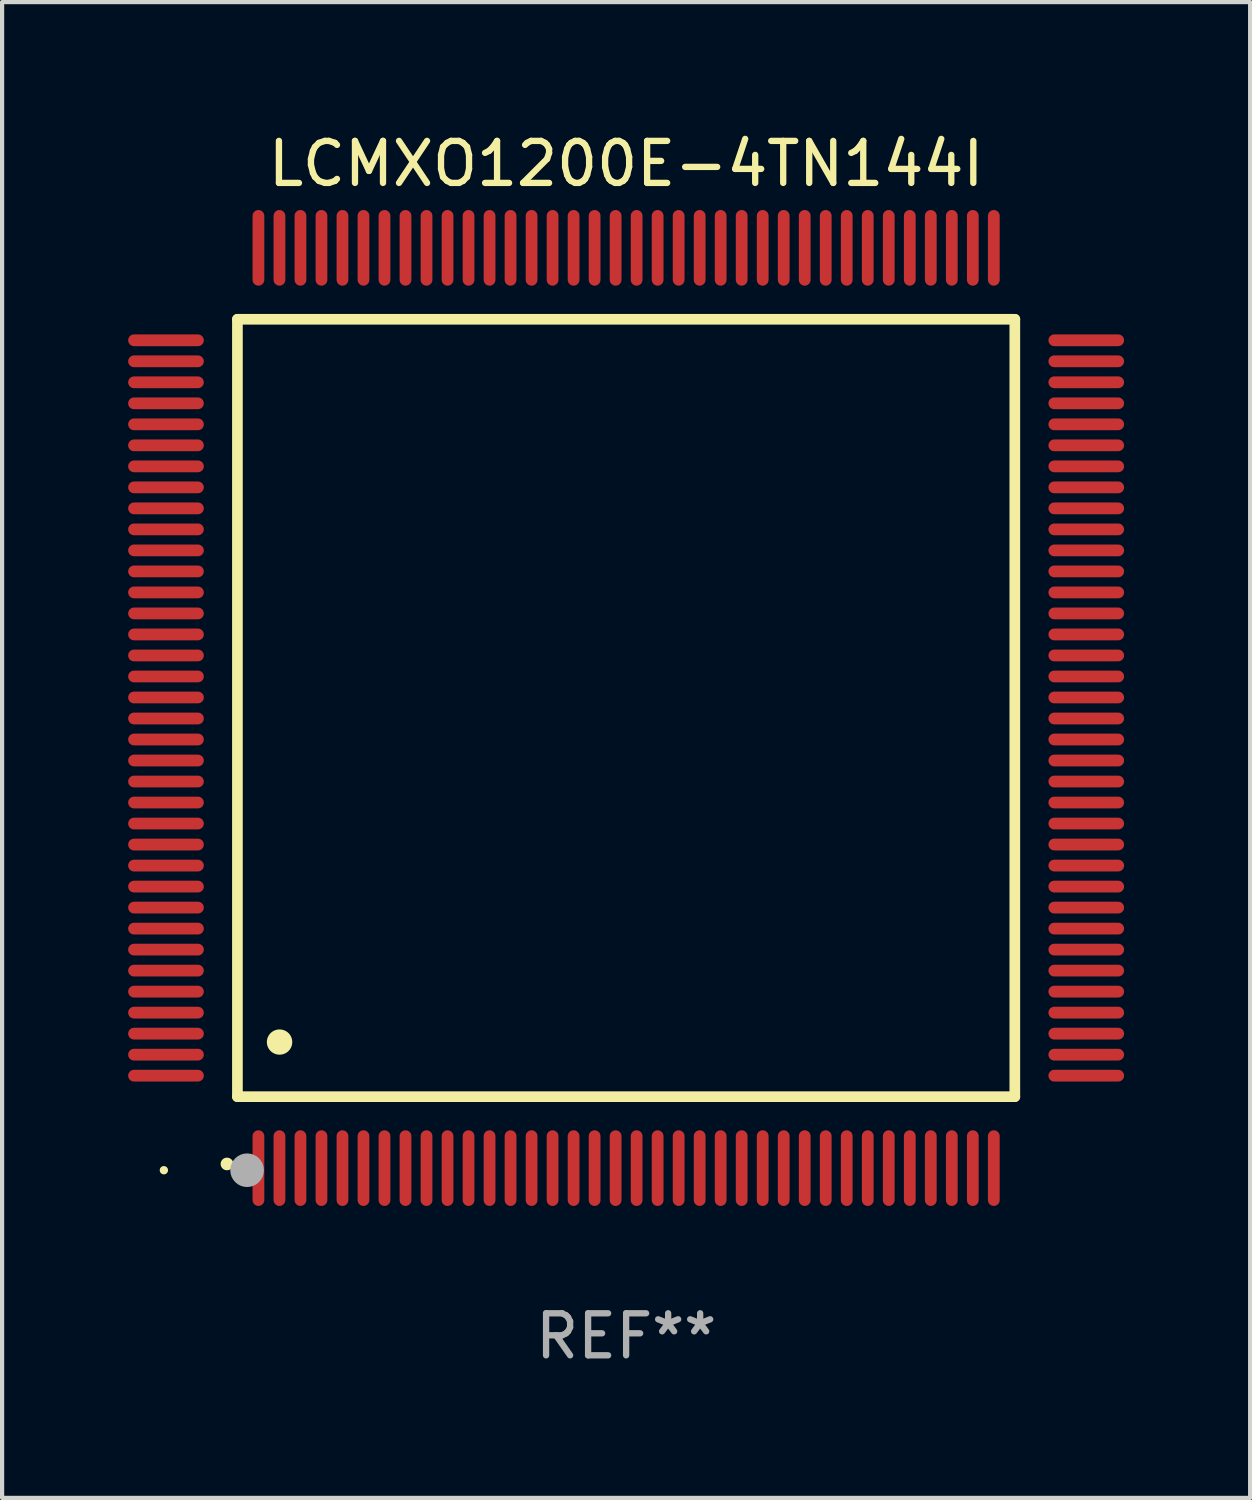
<source format=kicad_pcb>
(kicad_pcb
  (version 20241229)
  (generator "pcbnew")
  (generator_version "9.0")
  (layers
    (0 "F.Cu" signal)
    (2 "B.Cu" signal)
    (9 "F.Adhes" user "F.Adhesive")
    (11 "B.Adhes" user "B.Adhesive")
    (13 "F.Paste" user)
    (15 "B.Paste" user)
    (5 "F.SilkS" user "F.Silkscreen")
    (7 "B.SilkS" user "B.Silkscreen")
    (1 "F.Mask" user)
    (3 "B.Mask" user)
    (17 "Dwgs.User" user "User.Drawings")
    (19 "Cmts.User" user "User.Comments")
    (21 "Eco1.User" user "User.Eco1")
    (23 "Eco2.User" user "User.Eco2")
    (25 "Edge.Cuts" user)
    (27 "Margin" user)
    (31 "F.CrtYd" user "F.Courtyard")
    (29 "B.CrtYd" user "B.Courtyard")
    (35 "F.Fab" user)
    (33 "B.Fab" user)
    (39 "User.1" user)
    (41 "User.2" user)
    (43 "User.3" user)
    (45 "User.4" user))
  (footprint "LCMXO1200E-4TN144I"
    (layer "F.Cu")
    (at 11.85 13.798)
    (property "Reference" "LCMXO1200E-4TN144I" (at 0 -12.95 0) (layer "F.SilkS") (effects (font (size 1 1) (thickness 0.15))))
    (attr through_hole)
    (fp_line (start -9.25 -9.25) (end -9.25 9.25) (stroke (width 0.254) (type solid)) (layer "F.SilkS"))
    (fp_line (start -9.25 9.25) (end 9.25 9.25) (stroke (width 0.254) (type solid)) (layer "F.SilkS"))
    (fp_line (start 9.25 -9.25) (end -9.25 -9.25) (stroke (width 0.254) (type solid)) (layer "F.SilkS"))
    (fp_line (start 9.25 9.25) (end 9.25 -9.25) (stroke (width 0.254) (type solid)) (layer "F.SilkS"))
    (fp_arc (start -9.499619 10.850902) (mid -9.498349 10.850897) (end -9.497079 10.850902) (stroke (width 0.3) (type solid)) (layer "F.SilkS"))
    (fp_arc (start -8.249936 7.950216) (mid -8.247396 7.950205) (end -8.244856 7.950216) (stroke (width 0.6) (type solid)) (layer "F.SilkS"))
    (fp_circle (center -11 11) (end -10.95 11) (stroke (width 0.1) (type solid)) (fill no) (layer "F.SilkS"))
    (fp_circle (center -9.02 11) (end -8.82 11) (stroke (width 0.4) (type solid)) (fill no) (layer "F.Fab"))
    (fp_text user "REF**" (at 0 14.95 0) (layer "F.Fab") (effects (font (size 1 1) (thickness 0.15))))
    (pad "1" smd oval (at -8.75 10.95) (size 0.28 1.8) (layers "F.Cu" "F.Mask" "F.Paste"))
    (pad "2" smd oval (at -8.25 10.95) (size 0.28 1.8) (layers "F.Cu" "F.Mask" "F.Paste"))
    (pad "3" smd oval (at -7.75 10.95) (size 0.28 1.8) (layers "F.Cu" "F.Mask" "F.Paste"))
    (pad "4" smd oval (at -7.25 10.95) (size 0.28 1.8) (layers "F.Cu" "F.Mask" "F.Paste"))
    (pad "5" smd oval (at -6.75 10.95) (size 0.28 1.8) (layers "F.Cu" "F.Mask" "F.Paste"))
    (pad "6" smd oval (at -6.25 10.95) (size 0.28 1.8) (layers "F.Cu" "F.Mask" "F.Paste"))
    (pad "7" smd oval (at -5.75 10.95) (size 0.28 1.8) (layers "F.Cu" "F.Mask" "F.Paste"))
    (pad "8" smd oval (at -5.25 10.95) (size 0.28 1.8) (layers "F.Cu" "F.Mask" "F.Paste"))
    (pad "9" smd oval (at -4.75 10.95) (size 0.28 1.8) (layers "F.Cu" "F.Mask" "F.Paste"))
    (pad "10" smd oval (at -4.25 10.95) (size 0.28 1.8) (layers "F.Cu" "F.Mask" "F.Paste"))
    (pad "11" smd oval (at -3.75 10.95) (size 0.28 1.8) (layers "F.Cu" "F.Mask" "F.Paste"))
    (pad "12" smd oval (at -3.25 10.95) (size 0.28 1.8) (layers "F.Cu" "F.Mask" "F.Paste"))
    (pad "13" smd oval (at -2.75 10.95) (size 0.28 1.8) (layers "F.Cu" "F.Mask" "F.Paste"))
    (pad "14" smd oval (at -2.25 10.95) (size 0.28 1.8) (layers "F.Cu" "F.Mask" "F.Paste"))
    (pad "15" smd oval (at -1.75 10.95) (size 0.28 1.8) (layers "F.Cu" "F.Mask" "F.Paste"))
    (pad "16" smd oval (at -1.25 10.95) (size 0.28 1.8) (layers "F.Cu" "F.Mask" "F.Paste"))
    (pad "17" smd oval (at -0.75 10.95) (size 0.28 1.8) (layers "F.Cu" "F.Mask" "F.Paste"))
    (pad "18" smd oval (at -0.25 10.95) (size 0.28 1.8) (layers "F.Cu" "F.Mask" "F.Paste"))
    (pad "19" smd oval (at 0.25 10.95) (size 0.28 1.8) (layers "F.Cu" "F.Mask" "F.Paste"))
    (pad "20" smd oval (at 0.75 10.95) (size 0.28 1.8) (layers "F.Cu" "F.Mask" "F.Paste"))
    (pad "21" smd oval (at 1.25 10.95) (size 0.28 1.8) (layers "F.Cu" "F.Mask" "F.Paste"))
    (pad "22" smd oval (at 1.75 10.95) (size 0.28 1.8) (layers "F.Cu" "F.Mask" "F.Paste"))
    (pad "23" smd oval (at 2.25 10.95) (size 0.28 1.8) (layers "F.Cu" "F.Mask" "F.Paste"))
    (pad "24" smd oval (at 2.75 10.95) (size 0.28 1.8) (layers "F.Cu" "F.Mask" "F.Paste"))
    (pad "25" smd oval (at 3.25 10.95) (size 0.28 1.8) (layers "F.Cu" "F.Mask" "F.Paste"))
    (pad "26" smd oval (at 3.75 10.95) (size 0.28 1.8) (layers "F.Cu" "F.Mask" "F.Paste"))
    (pad "27" smd oval (at 4.25 10.95) (size 0.28 1.8) (layers "F.Cu" "F.Mask" "F.Paste"))
    (pad "28" smd oval (at 4.75 10.95) (size 0.28 1.8) (layers "F.Cu" "F.Mask" "F.Paste"))
    (pad "29" smd oval (at 5.25 10.95) (size 0.28 1.8) (layers "F.Cu" "F.Mask" "F.Paste"))
    (pad "30" smd oval (at 5.75 10.95) (size 0.28 1.8) (layers "F.Cu" "F.Mask" "F.Paste"))
    (pad "31" smd oval (at 6.25 10.95) (size 0.28 1.8) (layers "F.Cu" "F.Mask" "F.Paste"))
    (pad "32" smd oval (at 6.75 10.95) (size 0.28 1.8) (layers "F.Cu" "F.Mask" "F.Paste"))
    (pad "33" smd oval (at 7.25 10.95) (size 0.28 1.8) (layers "F.Cu" "F.Mask" "F.Paste"))
    (pad "34" smd oval (at 7.75 10.95) (size 0.28 1.8) (layers "F.Cu" "F.Mask" "F.Paste"))
    (pad "35" smd oval (at 8.25 10.95) (size 0.28 1.8) (layers "F.Cu" "F.Mask" "F.Paste"))
    (pad "36" smd oval (at 8.75 10.95) (size 0.28 1.8) (layers "F.Cu" "F.Mask" "F.Paste"))
    (pad "37" smd oval (at 10.95 8.75) (size 1.8 0.28) (layers "F.Cu" "F.Mask" "F.Paste"))
    (pad "38" smd oval (at 10.95 8.25) (size 1.8 0.28) (layers "F.Cu" "F.Mask" "F.Paste"))
    (pad "39" smd oval (at 10.95 7.75) (size 1.8 0.28) (layers "F.Cu" "F.Mask" "F.Paste"))
    (pad "40" smd oval (at 10.95 7.25) (size 1.8 0.28) (layers "F.Cu" "F.Mask" "F.Paste"))
    (pad "41" smd oval (at 10.95 6.75) (size 1.8 0.28) (layers "F.Cu" "F.Mask" "F.Paste"))
    (pad "42" smd oval (at 10.95 6.25) (size 1.8 0.28) (layers "F.Cu" "F.Mask" "F.Paste"))
    (pad "43" smd oval (at 10.95 5.75) (size 1.8 0.28) (layers "F.Cu" "F.Mask" "F.Paste"))
    (pad "44" smd oval (at 10.95 5.25) (size 1.8 0.28) (layers "F.Cu" "F.Mask" "F.Paste"))
    (pad "45" smd oval (at 10.95 4.75) (size 1.8 0.28) (layers "F.Cu" "F.Mask" "F.Paste"))
    (pad "46" smd oval (at 10.95 4.25) (size 1.8 0.28) (layers "F.Cu" "F.Mask" "F.Paste"))
    (pad "47" smd oval (at 10.95 3.75) (size 1.8 0.28) (layers "F.Cu" "F.Mask" "F.Paste"))
    (pad "48" smd oval (at 10.95 3.25) (size 1.8 0.28) (layers "F.Cu" "F.Mask" "F.Paste"))
    (pad "49" smd oval (at 10.95 2.75) (size 1.8 0.28) (layers "F.Cu" "F.Mask" "F.Paste"))
    (pad "50" smd oval (at 10.95 2.25) (size 1.8 0.28) (layers "F.Cu" "F.Mask" "F.Paste"))
    (pad "51" smd oval (at 10.95 1.75) (size 1.8 0.28) (layers "F.Cu" "F.Mask" "F.Paste"))
    (pad "52" smd oval (at 10.95 1.25) (size 1.8 0.28) (layers "F.Cu" "F.Mask" "F.Paste"))
    (pad "53" smd oval (at 10.95 0.75) (size 1.8 0.28) (layers "F.Cu" "F.Mask" "F.Paste"))
    (pad "54" smd oval (at 10.95 0.25) (size 1.8 0.28) (layers "F.Cu" "F.Mask" "F.Paste"))
    (pad "55" smd oval (at 10.95 -0.25) (size 1.8 0.28) (layers "F.Cu" "F.Mask" "F.Paste"))
    (pad "56" smd oval (at 10.95 -0.75) (size 1.8 0.28) (layers "F.Cu" "F.Mask" "F.Paste"))
    (pad "57" smd oval (at 10.95 -1.25) (size 1.8 0.28) (layers "F.Cu" "F.Mask" "F.Paste"))
    (pad "58" smd oval (at 10.95 -1.75) (size 1.8 0.28) (layers "F.Cu" "F.Mask" "F.Paste"))
    (pad "59" smd oval (at 10.95 -2.25) (size 1.8 0.28) (layers "F.Cu" "F.Mask" "F.Paste"))
    (pad "60" smd oval (at 10.95 -2.75) (size 1.8 0.28) (layers "F.Cu" "F.Mask" "F.Paste"))
    (pad "61" smd oval (at 10.95 -3.25) (size 1.8 0.28) (layers "F.Cu" "F.Mask" "F.Paste"))
    (pad "62" smd oval (at 10.95 -3.75) (size 1.8 0.28) (layers "F.Cu" "F.Mask" "F.Paste"))
    (pad "63" smd oval (at 10.95 -4.25) (size 1.8 0.28) (layers "F.Cu" "F.Mask" "F.Paste"))
    (pad "64" smd oval (at 10.95 -4.75) (size 1.8 0.28) (layers "F.Cu" "F.Mask" "F.Paste"))
    (pad "65" smd oval (at 10.95 -5.25) (size 1.8 0.28) (layers "F.Cu" "F.Mask" "F.Paste"))
    (pad "66" smd oval (at 10.95 -5.75) (size 1.8 0.28) (layers "F.Cu" "F.Mask" "F.Paste"))
    (pad "67" smd oval (at 10.95 -6.25) (size 1.8 0.28) (layers "F.Cu" "F.Mask" "F.Paste"))
    (pad "68" smd oval (at 10.95 -6.75) (size 1.8 0.28) (layers "F.Cu" "F.Mask" "F.Paste"))
    (pad "69" smd oval (at 10.95 -7.25) (size 1.8 0.28) (layers "F.Cu" "F.Mask" "F.Paste"))
    (pad "70" smd oval (at 10.95 -7.75) (size 1.8 0.28) (layers "F.Cu" "F.Mask" "F.Paste"))
    (pad "71" smd oval (at 10.95 -8.25) (size 1.8 0.28) (layers "F.Cu" "F.Mask" "F.Paste"))
    (pad "72" smd oval (at 10.95 -8.75) (size 1.8 0.28) (layers "F.Cu" "F.Mask" "F.Paste"))
    (pad "73" smd oval (at 8.75 -10.95) (size 0.28 1.8) (layers "F.Cu" "F.Mask" "F.Paste"))
    (pad "74" smd oval (at 8.25 -10.95) (size 0.28 1.8) (layers "F.Cu" "F.Mask" "F.Paste"))
    (pad "75" smd oval (at 7.75 -10.95) (size 0.28 1.8) (layers "F.Cu" "F.Mask" "F.Paste"))
    (pad "76" smd oval (at 7.25 -10.95) (size 0.28 1.8) (layers "F.Cu" "F.Mask" "F.Paste"))
    (pad "77" smd oval (at 6.75 -10.95) (size 0.28 1.8) (layers "F.Cu" "F.Mask" "F.Paste"))
    (pad "78" smd oval (at 6.25 -10.95) (size 0.28 1.8) (layers "F.Cu" "F.Mask" "F.Paste"))
    (pad "79" smd oval (at 5.75 -10.95) (size 0.28 1.8) (layers "F.Cu" "F.Mask" "F.Paste"))
    (pad "80" smd oval (at 5.25 -10.95) (size 0.28 1.8) (layers "F.Cu" "F.Mask" "F.Paste"))
    (pad "81" smd oval (at 4.75 -10.95) (size 0.28 1.8) (layers "F.Cu" "F.Mask" "F.Paste"))
    (pad "82" smd oval (at 4.25 -10.95) (size 0.28 1.8) (layers "F.Cu" "F.Mask" "F.Paste"))
    (pad "83" smd oval (at 3.75 -10.95) (size 0.28 1.8) (layers "F.Cu" "F.Mask" "F.Paste"))
    (pad "84" smd oval (at 3.25 -10.95) (size 0.28 1.8) (layers "F.Cu" "F.Mask" "F.Paste"))
    (pad "85" smd oval (at 2.75 -10.95) (size 0.28 1.8) (layers "F.Cu" "F.Mask" "F.Paste"))
    (pad "86" smd oval (at 2.25 -10.95) (size 0.28 1.8) (layers "F.Cu" "F.Mask" "F.Paste"))
    (pad "87" smd oval (at 1.75 -10.95) (size 0.28 1.8) (layers "F.Cu" "F.Mask" "F.Paste"))
    (pad "88" smd oval (at 1.25 -10.95) (size 0.28 1.8) (layers "F.Cu" "F.Mask" "F.Paste"))
    (pad "89" smd oval (at 0.75 -10.95) (size 0.28 1.8) (layers "F.Cu" "F.Mask" "F.Paste"))
    (pad "90" smd oval (at 0.25 -10.95) (size 0.28 1.8) (layers "F.Cu" "F.Mask" "F.Paste"))
    (pad "91" smd oval (at -0.25 -10.95) (size 0.28 1.8) (layers "F.Cu" "F.Mask" "F.Paste"))
    (pad "92" smd oval (at -0.75 -10.95) (size 0.28 1.8) (layers "F.Cu" "F.Mask" "F.Paste"))
    (pad "93" smd oval (at -1.25 -10.95) (size 0.28 1.8) (layers "F.Cu" "F.Mask" "F.Paste"))
    (pad "94" smd oval (at -1.75 -10.95) (size 0.28 1.8) (layers "F.Cu" "F.Mask" "F.Paste"))
    (pad "95" smd oval (at -2.25 -10.95) (size 0.28 1.8) (layers "F.Cu" "F.Mask" "F.Paste"))
    (pad "96" smd oval (at -2.75 -10.95) (size 0.28 1.8) (layers "F.Cu" "F.Mask" "F.Paste"))
    (pad "97" smd oval (at -3.25 -10.95) (size 0.28 1.8) (layers "F.Cu" "F.Mask" "F.Paste"))
    (pad "98" smd oval (at -3.75 -10.95) (size 0.28 1.8) (layers "F.Cu" "F.Mask" "F.Paste"))
    (pad "99" smd oval (at -4.25 -10.95) (size 0.28 1.8) (layers "F.Cu" "F.Mask" "F.Paste"))
    (pad "100" smd oval (at -4.75 -10.95) (size 0.28 1.8) (layers "F.Cu" "F.Mask" "F.Paste"))
    (pad "101" smd oval (at -5.25 -10.95) (size 0.28 1.8) (layers "F.Cu" "F.Mask" "F.Paste"))
    (pad "102" smd oval (at -5.75 -10.95) (size 0.28 1.8) (layers "F.Cu" "F.Mask" "F.Paste"))
    (pad "103" smd oval (at -6.25 -10.95) (size 0.28 1.8) (layers "F.Cu" "F.Mask" "F.Paste"))
    (pad "104" smd oval (at -6.75 -10.95) (size 0.28 1.8) (layers "F.Cu" "F.Mask" "F.Paste"))
    (pad "105" smd oval (at -7.25 -10.95) (size 0.28 1.8) (layers "F.Cu" "F.Mask" "F.Paste"))
    (pad "106" smd oval (at -7.75 -10.95) (size 0.28 1.8) (layers "F.Cu" "F.Mask" "F.Paste"))
    (pad "107" smd oval (at -8.25 -10.95) (size 0.28 1.8) (layers "F.Cu" "F.Mask" "F.Paste"))
    (pad "108" smd oval (at -8.75 -10.95) (size 0.28 1.8) (layers "F.Cu" "F.Mask" "F.Paste"))
    (pad "109" smd oval (at -10.95 -8.75) (size 1.8 0.28) (layers "F.Cu" "F.Mask" "F.Paste"))
    (pad "110" smd oval (at -10.95 -8.25) (size 1.8 0.28) (layers "F.Cu" "F.Mask" "F.Paste"))
    (pad "111" smd oval (at -10.95 -7.75) (size 1.8 0.28) (layers "F.Cu" "F.Mask" "F.Paste"))
    (pad "112" smd oval (at -10.95 -7.25) (size 1.8 0.28) (layers "F.Cu" "F.Mask" "F.Paste"))
    (pad "113" smd oval (at -10.95 -6.75) (size 1.8 0.28) (layers "F.Cu" "F.Mask" "F.Paste"))
    (pad "114" smd oval (at -10.95 -6.25) (size 1.8 0.28) (layers "F.Cu" "F.Mask" "F.Paste"))
    (pad "115" smd oval (at -10.95 -5.75) (size 1.8 0.28) (layers "F.Cu" "F.Mask" "F.Paste"))
    (pad "116" smd oval (at -10.95 -5.25) (size 1.8 0.28) (layers "F.Cu" "F.Mask" "F.Paste"))
    (pad "117" smd oval (at -10.95 -4.75) (size 1.8 0.28) (layers "F.Cu" "F.Mask" "F.Paste"))
    (pad "118" smd oval (at -10.95 -4.25) (size 1.8 0.28) (layers "F.Cu" "F.Mask" "F.Paste"))
    (pad "119" smd oval (at -10.95 -3.75) (size 1.8 0.28) (layers "F.Cu" "F.Mask" "F.Paste"))
    (pad "120" smd oval (at -10.95 -3.25) (size 1.8 0.28) (layers "F.Cu" "F.Mask" "F.Paste"))
    (pad "121" smd oval (at -10.95 -2.75) (size 1.8 0.28) (layers "F.Cu" "F.Mask" "F.Paste"))
    (pad "122" smd oval (at -10.95 -2.25) (size 1.8 0.28) (layers "F.Cu" "F.Mask" "F.Paste"))
    (pad "123" smd oval (at -10.95 -1.75) (size 1.8 0.28) (layers "F.Cu" "F.Mask" "F.Paste"))
    (pad "124" smd oval (at -10.95 -1.25) (size 1.8 0.28) (layers "F.Cu" "F.Mask" "F.Paste"))
    (pad "125" smd oval (at -10.95 -0.75) (size 1.8 0.28) (layers "F.Cu" "F.Mask" "F.Paste"))
    (pad "126" smd oval (at -10.95 -0.25) (size 1.8 0.28) (layers "F.Cu" "F.Mask" "F.Paste"))
    (pad "127" smd oval (at -10.95 0.25) (size 1.8 0.28) (layers "F.Cu" "F.Mask" "F.Paste"))
    (pad "128" smd oval (at -10.95 0.75) (size 1.8 0.28) (layers "F.Cu" "F.Mask" "F.Paste"))
    (pad "129" smd oval (at -10.95 1.25) (size 1.8 0.28) (layers "F.Cu" "F.Mask" "F.Paste"))
    (pad "130" smd oval (at -10.95 1.75) (size 1.8 0.28) (layers "F.Cu" "F.Mask" "F.Paste"))
    (pad "131" smd oval (at -10.95 2.25) (size 1.8 0.28) (layers "F.Cu" "F.Mask" "F.Paste"))
    (pad "132" smd oval (at -10.95 2.75) (size 1.8 0.28) (layers "F.Cu" "F.Mask" "F.Paste"))
    (pad "133" smd oval (at -10.95 3.25) (size 1.8 0.28) (layers "F.Cu" "F.Mask" "F.Paste"))
    (pad "134" smd oval (at -10.95 3.75) (size 1.8 0.28) (layers "F.Cu" "F.Mask" "F.Paste"))
    (pad "135" smd oval (at -10.95 4.25) (size 1.8 0.28) (layers "F.Cu" "F.Mask" "F.Paste"))
    (pad "136" smd oval (at -10.95 4.75) (size 1.8 0.28) (layers "F.Cu" "F.Mask" "F.Paste"))
    (pad "137" smd oval (at -10.95 5.25) (size 1.8 0.28) (layers "F.Cu" "F.Mask" "F.Paste"))
    (pad "138" smd oval (at -10.95 5.75) (size 1.8 0.28) (layers "F.Cu" "F.Mask" "F.Paste"))
    (pad "139" smd oval (at -10.95 6.25) (size 1.8 0.28) (layers "F.Cu" "F.Mask" "F.Paste"))
    (pad "140" smd oval (at -10.95 6.75) (size 1.8 0.28) (layers "F.Cu" "F.Mask" "F.Paste"))
    (pad "141" smd oval (at -10.95 7.25) (size 1.8 0.28) (layers "F.Cu" "F.Mask" "F.Paste"))
    (pad "142" smd oval (at -10.95 7.75) (size 1.8 0.28) (layers "F.Cu" "F.Mask" "F.Paste"))
    (pad "143" smd oval (at -10.95 8.25) (size 1.8 0.28) (layers "F.Cu" "F.Mask" "F.Paste"))
    (pad "144" smd oval (at -10.95 8.75) (size 1.8 0.28) (layers "F.Cu" "F.Mask" "F.Paste")))
  (gr_rect
    (start -3 -3)
    (end 26.7 32.596)
    (stroke (width 0.1) (type default))
    (fill no)
    (layer "Edge.Cuts")))
</source>
